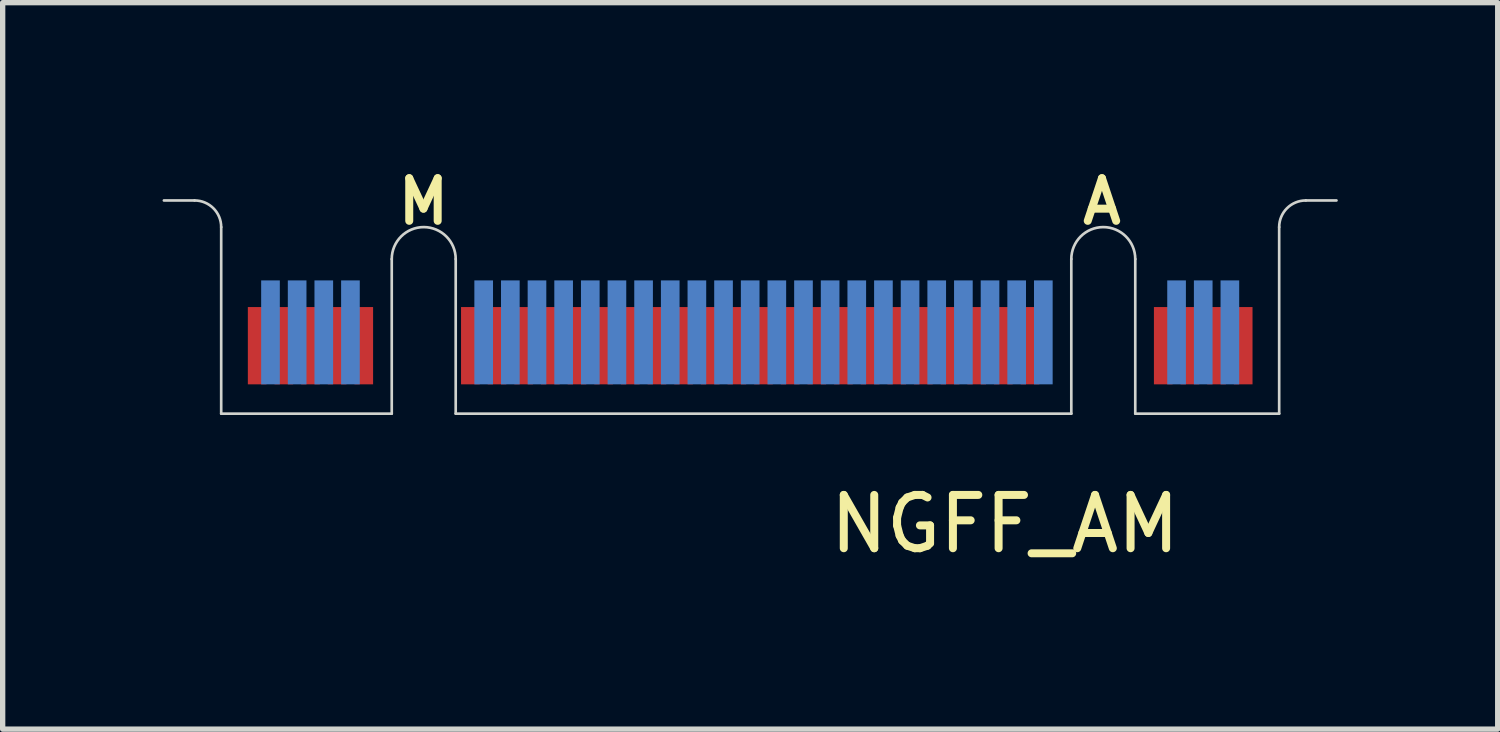
<source format=kicad_pcb>
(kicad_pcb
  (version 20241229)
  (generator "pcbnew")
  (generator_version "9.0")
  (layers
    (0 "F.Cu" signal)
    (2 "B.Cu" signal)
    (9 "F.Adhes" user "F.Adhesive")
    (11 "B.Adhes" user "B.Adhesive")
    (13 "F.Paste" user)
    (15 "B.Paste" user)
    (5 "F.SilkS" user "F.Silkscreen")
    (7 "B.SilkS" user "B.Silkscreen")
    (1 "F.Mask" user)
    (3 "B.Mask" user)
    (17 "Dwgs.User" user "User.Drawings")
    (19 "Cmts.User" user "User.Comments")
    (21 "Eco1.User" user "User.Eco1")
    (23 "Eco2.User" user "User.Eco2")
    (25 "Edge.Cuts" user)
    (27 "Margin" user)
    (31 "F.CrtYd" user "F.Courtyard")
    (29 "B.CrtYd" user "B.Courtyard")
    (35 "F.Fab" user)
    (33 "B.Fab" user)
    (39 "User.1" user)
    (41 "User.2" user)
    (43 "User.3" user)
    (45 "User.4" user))
  (footprint "NGFF_AM"
    (layer "F.Cu")
    (at 11.025 4.711)
    (property "Reference" "NGFF_AM" (at 4.78 2.07 0) (layer "F.SilkS") (effects (font (size 1 1) (thickness 0.15))))
    (attr through_hole)
    (fp_poly (pts (xy -9.91 -0.01) (xy -6.71 -0.01) (xy -6.71 -2.01) (xy -9.91 -2.01)) (stroke (width 0.1) (type solid)) (fill yes) (layer "F.Mask"))
    (fp_poly (pts (xy -5.525 0) (xy 6.025 0) (xy 6.025 -2) (xy -5.525 -2)) (stroke (width 0.1) (type solid)) (fill yes) (layer "F.Mask"))
    (fp_poly (pts (xy 7.225 0) (xy 9.925 0) (xy 9.925 -2) (xy 7.225 -2)) (stroke (width 0.1) (type solid)) (fill yes) (layer "F.Mask"))
    (fp_poly (pts (xy -9.91 -0.01) (xy -6.71 -0.01) (xy -6.71 -2.51) (xy -9.91 -2.51)) (stroke (width 0.1) (type solid)) (fill yes) (layer "B.Mask"))
    (fp_poly (pts (xy -5.525 0) (xy 6.025 0) (xy 6.025 -2.5) (xy -5.525 -2.5)) (stroke (width 0.1) (type solid)) (fill yes) (layer "B.Mask"))
    (fp_poly (pts (xy 7.225 0) (xy 9.925 0) (xy 9.925 -2.5) (xy 7.225 -2.5)) (stroke (width 0.1) (type solid)) (fill yes) (layer "B.Mask"))
    (fp_line (start -11 -4) (end -10.425 -4) (stroke (width 0.05) (type solid)) (layer "Edge.Cuts"))
    (fp_line (start -9.925 -3.5) (end -9.925 0) (stroke (width 0.05) (type solid)) (layer "Edge.Cuts"))
    (fp_line (start -9.925 0) (end -6.725 0) (stroke (width 0.05) (type solid)) (layer "Edge.Cuts"))
    (fp_line (start -6.725 0) (end -6.725 -2.9) (stroke (width 0.05) (type solid)) (layer "Edge.Cuts"))
    (fp_line (start -5.525 -2.9) (end -5.525 0) (stroke (width 0.05) (type solid)) (layer "Edge.Cuts"))
    (fp_line (start -5.525 0) (end 6.025 0) (stroke (width 0.05) (type solid)) (layer "Edge.Cuts"))
    (fp_line (start 6.025 0) (end 6.025 -2.9) (stroke (width 0.05) (type solid)) (layer "Edge.Cuts"))
    (fp_line (start 7.225 -2.9) (end 7.225 0) (stroke (width 0.05) (type solid)) (layer "Edge.Cuts"))
    (fp_line (start 7.225 0) (end 9.925 0) (stroke (width 0.05) (type solid)) (layer "Edge.Cuts"))
    (fp_line (start 9.925 0) (end 9.925 -3.5) (stroke (width 0.05) (type solid)) (layer "Edge.Cuts"))
    (fp_line (start 10.425 -4) (end 11 -4) (stroke (width 0.05) (type solid)) (layer "Edge.Cuts"))
    (fp_arc (start -10.425 -4) (mid -10.071447 -3.853553) (end -9.925 -3.5) (stroke (width 0.05) (type solid)) (layer "Edge.Cuts"))
    (fp_arc (start -6.725 -2.9) (mid -6.125 -3.5) (end -5.525 -2.9) (stroke (width 0.05) (type solid)) (layer "Edge.Cuts"))
    (fp_arc (start 6.025 -2.9) (mid 6.625 -3.5) (end 7.225 -2.9) (stroke (width 0.05) (type solid)) (layer "Edge.Cuts"))
    (fp_arc (start 9.925 -3.5) (mid 10.071447 -3.853553) (end 10.425 -4) (stroke (width 0.05) (type solid)) (layer "Edge.Cuts"))
    (fp_text user "M" (at -6.13 -3.98 0) (layer "F.SilkS") (effects (font (size 0.8 0.8) (thickness 0.15))))
    (fp_text user "A" (at 6.6 -3.98 0) (layer "F.SilkS") (effects (font (size 0.8 0.8) (thickness 0.15))))
    (pad "1" smd rect (at 9.25 -1.275) (size 0.35 1.45) (layers "F.Cu"))
    (pad "2" smd rect (at 9 -1.525) (size 0.35 1.95) (layers "B.Cu"))
    (pad "3" smd rect (at 8.75 -1.275) (size 0.35 1.45) (layers "F.Cu"))
    (pad "4" smd rect (at 8.5 -1.525) (size 0.35 1.95) (layers "B.Cu"))
    (pad "5" smd rect (at 8.25 -1.275) (size 0.35 1.45) (layers "F.Cu"))
    (pad "6" smd rect (at 8 -1.525) (size 0.35 1.95) (layers "B.Cu"))
    (pad "7" smd rect (at 7.75 -1.275) (size 0.35 1.45) (layers "F.Cu"))
    (pad "16" smd rect (at 5.5 -1.525) (size 0.35 1.95) (layers "B.Cu"))
    (pad "17" smd rect (at 5.25 -1.275) (size 0.35 1.45) (layers "F.Cu"))
    (pad "18" smd rect (at 5 -1.525) (size 0.35 1.95) (layers "B.Cu"))
    (pad "19" smd rect (at 4.75 -1.275) (size 0.35 1.45) (layers "F.Cu"))
    (pad "20" smd rect (at 4.5 -1.525) (size 0.35 1.95) (layers "B.Cu"))
    (pad "21" smd rect (at 4.25 -1.275) (size 0.35 1.45) (layers "F.Cu"))
    (pad "22" smd rect (at 4 -1.525) (size 0.35 1.95) (layers "B.Cu"))
    (pad "23" smd rect (at 3.75 -1.275) (size 0.35 1.45) (layers "F.Cu"))
    (pad "24" smd rect (at 3.5 -1.525) (size 0.35 1.95) (layers "B.Cu"))
    (pad "25" smd rect (at 3.25 -1.275) (size 0.35 1.45) (layers "F.Cu"))
    (pad "26" smd rect (at 3 -1.525) (size 0.35 1.95) (layers "B.Cu"))
    (pad "27" smd rect (at 2.75 -1.275) (size 0.35 1.45) (layers "F.Cu"))
    (pad "28" smd rect (at 2.5 -1.525) (size 0.35 1.95) (layers "B.Cu"))
    (pad "29" smd rect (at 2.25 -1.275) (size 0.35 1.45) (layers "F.Cu"))
    (pad "30" smd rect (at 2 -1.525) (size 0.35 1.95) (layers "B.Cu"))
    (pad "31" smd rect (at 1.75 -1.275) (size 0.35 1.45) (layers "F.Cu"))
    (pad "32" smd rect (at 1.5 -1.525) (size 0.35 1.95) (layers "B.Cu"))
    (pad "33" smd rect (at 1.25 -1.275) (size 0.35 1.45) (layers "F.Cu"))
    (pad "34" smd rect (at 1 -1.525) (size 0.35 1.95) (layers "B.Cu"))
    (pad "35" smd rect (at 0.75 -1.275) (size 0.35 1.45) (layers "F.Cu"))
    (pad "36" smd rect (at 0.5 -1.525) (size 0.35 1.95) (layers "B.Cu"))
    (pad "37" smd rect (at 0.25 -1.275) (size 0.35 1.45) (layers "F.Cu"))
    (pad "38" smd rect (at 0 -1.525) (size 0.35 1.95) (layers "B.Cu"))
    (pad "39" smd rect (at -0.25 -1.275) (size 0.35 1.45) (layers "F.Cu"))
    (pad "40" smd rect (at -0.5 -1.525) (size 0.35 1.95) (layers "B.Cu"))
    (pad "41" smd rect (at -0.75 -1.275) (size 0.35 1.45) (layers "F.Cu"))
    (pad "42" smd rect (at -1 -1.525) (size 0.35 1.95) (layers "B.Cu"))
    (pad "43" smd rect (at -1.25 -1.275) (size 0.35 1.45) (layers "F.Cu"))
    (pad "44" smd rect (at -1.5 -1.525) (size 0.35 1.95) (layers "B.Cu"))
    (pad "45" smd rect (at -1.75 -1.275) (size 0.35 1.45) (layers "F.Cu"))
    (pad "46" smd rect (at -2 -1.525) (size 0.35 1.95) (layers "B.Cu"))
    (pad "47" smd rect (at -2.25 -1.275) (size 0.35 1.45) (layers "F.Cu"))
    (pad "48" smd rect (at -2.5 -1.525) (size 0.35 1.95) (layers "B.Cu"))
    (pad "49" smd rect (at -2.75 -1.275) (size 0.35 1.45) (layers "F.Cu"))
    (pad "50" smd rect (at -3 -1.525) (size 0.35 1.95) (layers "B.Cu"))
    (pad "51" smd rect (at -3.25 -1.275) (size 0.35 1.45) (layers "F.Cu"))
    (pad "52" smd rect (at -3.5 -1.525) (size 0.35 1.95) (layers "B.Cu"))
    (pad "53" smd rect (at -3.75 -1.275) (size 0.35 1.45) (layers "F.Cu"))
    (pad "54" smd rect (at -4 -1.525) (size 0.35 1.95) (layers "B.Cu"))
    (pad "55" smd rect (at -4.25 -1.275) (size 0.35 1.45) (layers "F.Cu"))
    (pad "56" smd rect (at -4.5 -1.525) (size 0.35 1.95) (layers "B.Cu"))
    (pad "57" smd rect (at -4.75 -1.275) (size 0.35 1.45) (layers "F.Cu"))
    (pad "58" smd rect (at -5 -1.525) (size 0.35 1.95) (layers "B.Cu"))
    (pad "59" smd rect (at -5.25 -1.275) (size 0.35 1.45) (layers "F.Cu"))
    (pad "67" smd rect (at -7.25 -1.275) (size 0.35 1.45) (layers "F.Cu"))
    (pad "68" smd rect (at -7.5 -1.525) (size 0.35 1.95) (layers "B.Cu"))
    (pad "69" smd rect (at -7.75 -1.275) (size 0.35 1.45) (layers "F.Cu"))
    (pad "70" smd rect (at -8 -1.525) (size 0.35 1.95) (layers "B.Cu"))
    (pad "71" smd rect (at -8.25 -1.275) (size 0.35 1.45) (layers "F.Cu"))
    (pad "72" smd rect (at -8.5 -1.525) (size 0.35 1.95) (layers "B.Cu"))
    (pad "73" smd rect (at -8.75 -1.275) (size 0.35 1.45) (layers "F.Cu"))
    (pad "74" smd rect (at -9 -1.525) (size 0.35 1.95) (layers "B.Cu"))
    (pad "75" smd rect (at -9.25 -1.275) (size 0.35 1.45) (layers "F.Cu")))
  (gr_rect
    (start -3 -3)
    (end 25.05 10.63)
    (stroke (width 0.1) (type default))
    (fill no)
    (layer "Edge.Cuts")))
</source>
